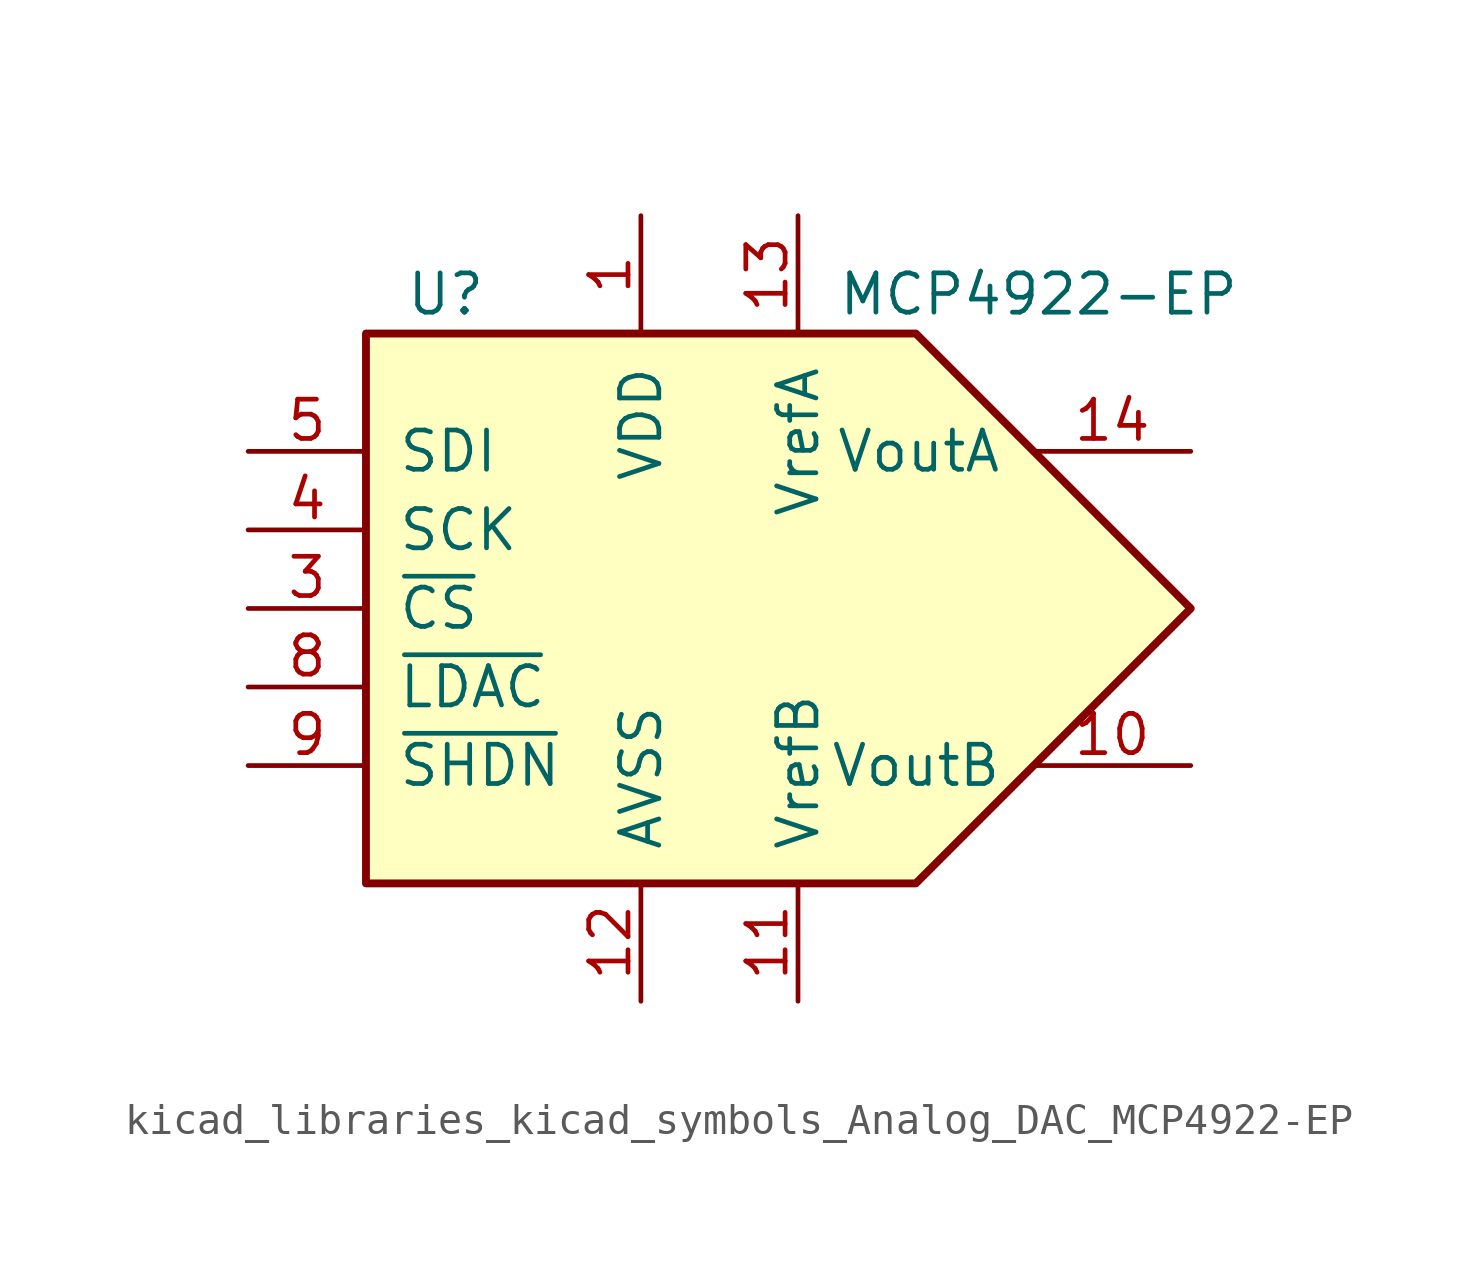
<source format=kicad_sym>
(kicad_symbol_lib
  (version 20220914)
  (generator kicad_symbol_editor)
  (symbol "kicad_libraries_kicad_symbols_Analog_DAC_MCP4922-EP"
    (pin_names
      (offset 1.016))
    (property "Reference" "U"
      (at -10.16 10.16 0)
      (effects (font (size 1.27 1.27)) (justify left)))
    (property "Value" "MCP4922-EP"
      (at 3.81 10.16 0)
      (effects (font (size 1.27 1.27)) (justify left)))
    (symbol "kicad_libraries_kicad_symbols_Analog_DAC_MCP4922-EP_0_1"
      (polyline (pts (xy -11.43 8.89) (xy 6.35 8.89) (xy 15.24 0) (xy 6.35 -8.89) (xy -11.43 -8.89) (xy -11.43 8.89)) (stroke (width 0.254) (type default)) (fill (type background))))
    (symbol "kicad_libraries_kicad_symbols_Analog_DAC_MCP4922-EP_1_1"
      (pin power_in line (at -2.54 12.7 270) (length 3.81) (name "VDD" (effects (font (size 1.27 1.27)))) (number "1" (effects (font (size 1.27 1.27)))))
      (pin passive line (at 15.24 -5.08 180) (length 5.08) (name "VoutB" (effects (font (size 1.27 1.27)))) (number "10" (effects (font (size 1.27 1.27)))))
      (pin passive line (at 2.54 -12.7 90) (length 3.81) (name "VrefB" (effects (font (size 1.27 1.27)))) (number "11" (effects (font (size 1.27 1.27)))))
      (pin power_in line (at -2.54 -12.7 90) (length 3.81) (name "AVSS" (effects (font (size 1.27 1.27)))) (number "12" (effects (font (size 1.27 1.27)))))
      (pin passive line (at 2.54 12.7 270) (length 3.81) (name "VrefA" (effects (font (size 1.27 1.27)))) (number "13" (effects (font (size 1.27 1.27)))))
      (pin passive line (at 15.24 5.08 180) (length 5.08) (name "VoutA" (effects (font (size 1.27 1.27)))) (number "14" (effects (font (size 1.27 1.27)))))
      (pin no_connect line (at -5.08 -8.89 90) (length 2.54) hide (name "NC" (effects (font (size 1.27 1.27)))) (number "2" (effects (font (size 1.27 1.27)))))
      (pin input line (at -15.24 0 0) (length 3.81) (name "~{CS}" (effects (font (size 1.27 1.27)))) (number "3" (effects (font (size 1.27 1.27)))))
      (pin input line (at -15.24 2.54 0) (length 3.81) (name "SCK" (effects (font (size 1.27 1.27)))) (number "4" (effects (font (size 1.27 1.27)))))
      (pin input line (at -15.24 5.08 0) (length 3.81) (name "SDI" (effects (font (size 1.27 1.27)))) (number "5" (effects (font (size 1.27 1.27)))))
      (pin no_connect line (at -7.62 -8.89 90) (length 2.54) hide (name "NC" (effects (font (size 1.27 1.27)))) (number "6" (effects (font (size 1.27 1.27)))))
      (pin no_connect line (at -10.16 -8.89 90) (length 2.54) hide (name "NC" (effects (font (size 1.27 1.27)))) (number "7" (effects (font (size 1.27 1.27)))))
      (pin input line (at -15.24 -2.54 0) (length 3.81) (name "~{LDAC}" (effects (font (size 1.27 1.27)))) (number "8" (effects (font (size 1.27 1.27)))))
      (pin input line (at -15.24 -5.08 0) (length 3.81) (name "~{SHDN}" (effects (font (size 1.27 1.27)))) (number "9" (effects (font (size 1.27 1.27))))))))
</source>
